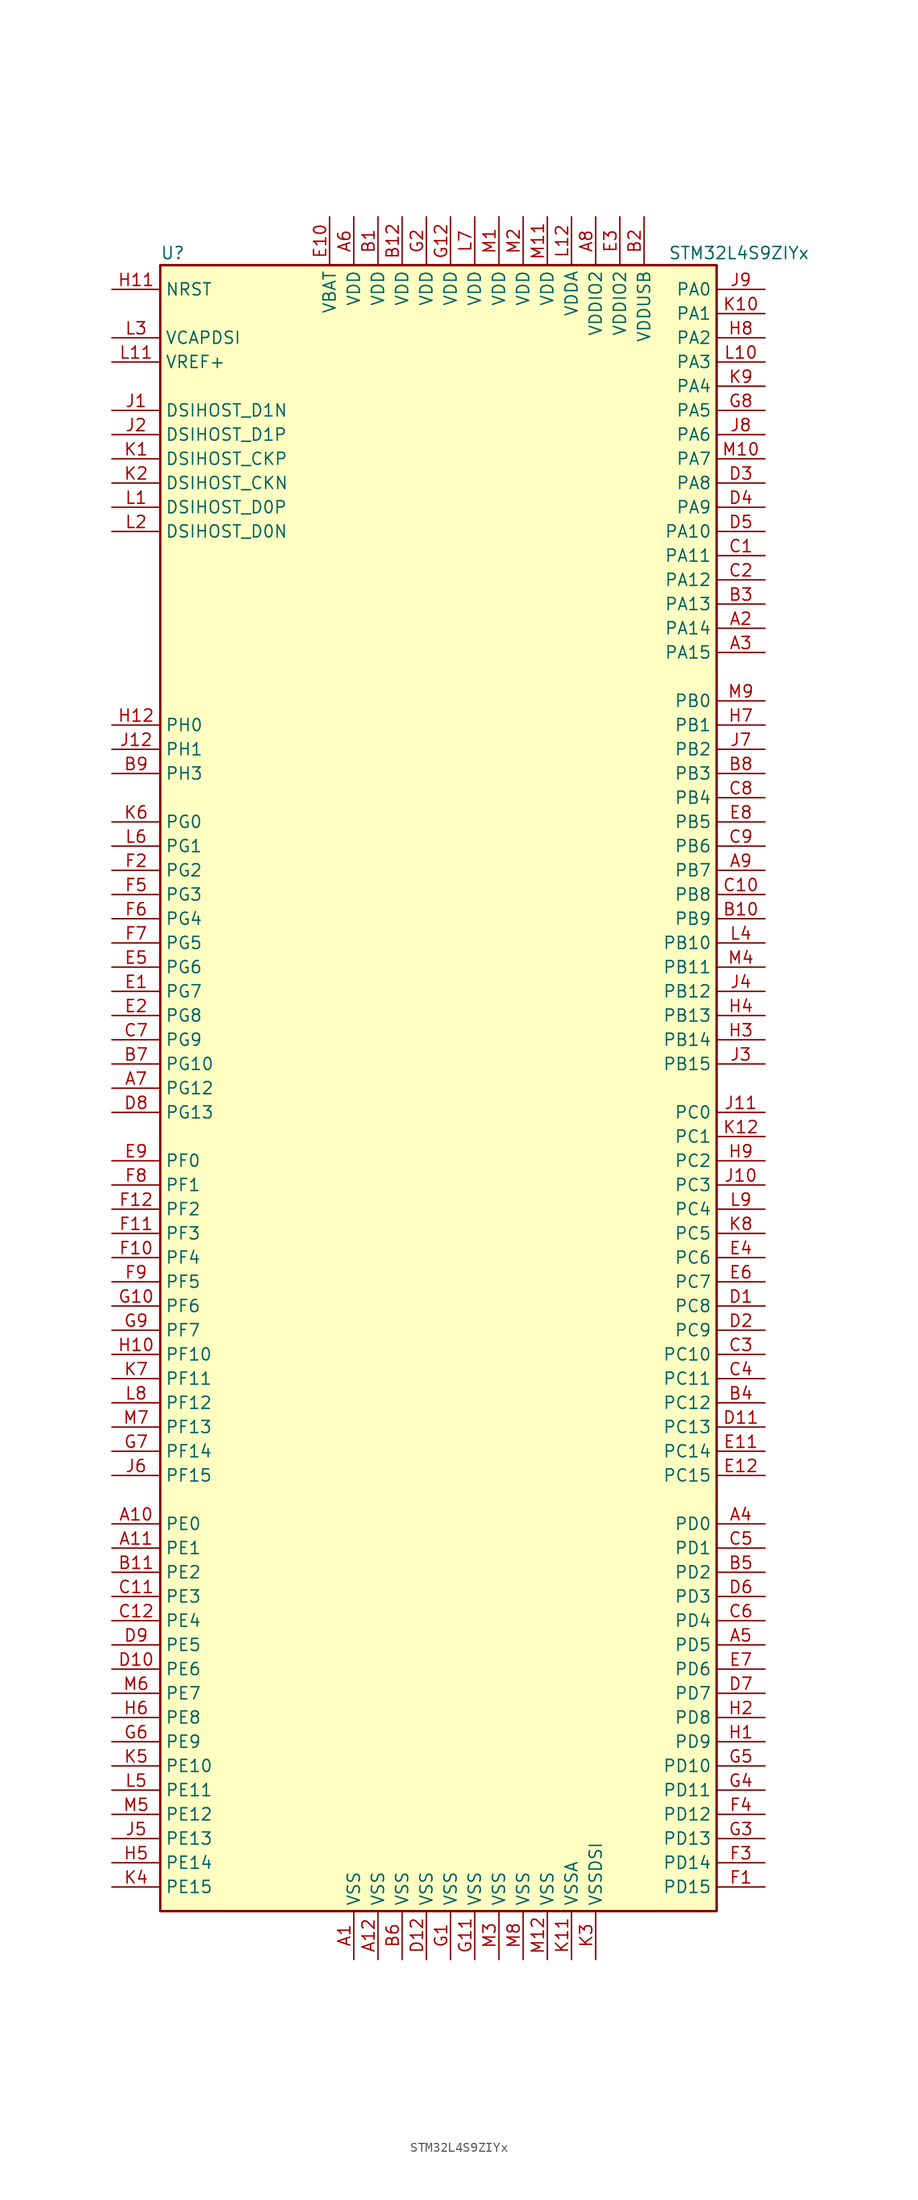
<source format=kicad_sym>
(kicad_symbol_lib
  (version 20201005)
  (generator kicad_symbol_editor)
  (symbol "MCU_ST_STM32L4+:STM32L4S9ZIYx"
    (property "Reference" "U"
      (at -30.48 87.63 0)
      (effects (font (size 1.27 1.27)) (justify left)))
    (property "Value" "STM32L4S9ZIYx"
      (at 22.86 87.63 0)
      (effects (font (size 1.27 1.27)) (justify left)))
    (symbol "STM32L4S9ZIYx_0_1"
      (rectangle (start -30.48 -86.36) (end 27.94 86.36) (stroke (width 0.254)) (fill (type background))))
    (symbol "STM32L4S9ZIYx_1_1"
      (pin bidirectional line (at -35.56 63.5 0) (length 5.08) (name "DSIHOST_CKN" (effects (font (size 1.27 1.27)))) (number "K2" (effects (font (size 1.27 1.27)))))
      (pin bidirectional line (at -35.56 66.04 0) (length 5.08) (name "DSIHOST_CKP" (effects (font (size 1.27 1.27)))) (number "K1" (effects (font (size 1.27 1.27)))))
      (pin bidirectional line (at -35.56 58.42 0) (length 5.08) (name "DSIHOST_D0N" (effects (font (size 1.27 1.27)))) (number "L2" (effects (font (size 1.27 1.27)))))
      (pin bidirectional line (at -35.56 60.96 0) (length 5.08) (name "DSIHOST_D0P" (effects (font (size 1.27 1.27)))) (number "L1" (effects (font (size 1.27 1.27)))))
      (pin bidirectional line (at -35.56 71.12 0) (length 5.08) (name "DSIHOST_D1N" (effects (font (size 1.27 1.27)))) (number "J1" (effects (font (size 1.27 1.27)))))
      (pin bidirectional line (at -35.56 68.58 0) (length 5.08) (name "DSIHOST_D1P" (effects (font (size 1.27 1.27)))) (number "J2" (effects (font (size 1.27 1.27)))))
      (pin input line (at -35.56 83.82 0) (length 5.08) (name "NRST" (effects (font (size 1.27 1.27)))) (number "H11" (effects (font (size 1.27 1.27)))))
      (pin bidirectional line (at 33.02 83.82 180) (length 5.08) (name "PA0" (effects (font (size 1.27 1.27)))) (number "J9" (effects (font (size 1.27 1.27)))))
      (pin bidirectional line (at 33.02 81.28 180) (length 5.08) (name "PA1" (effects (font (size 1.27 1.27)))) (number "K10" (effects (font (size 1.27 1.27)))))
      (pin bidirectional line (at 33.02 58.42 180) (length 5.08) (name "PA10" (effects (font (size 1.27 1.27)))) (number "D5" (effects (font (size 1.27 1.27)))))
      (pin bidirectional line (at 33.02 55.88 180) (length 5.08) (name "PA11" (effects (font (size 1.27 1.27)))) (number "C1" (effects (font (size 1.27 1.27)))))
      (pin bidirectional line (at 33.02 53.34 180) (length 5.08) (name "PA12" (effects (font (size 1.27 1.27)))) (number "C2" (effects (font (size 1.27 1.27)))))
      (pin bidirectional line (at 33.02 50.8 180) (length 5.08) (name "PA13" (effects (font (size 1.27 1.27)))) (number "B3" (effects (font (size 1.27 1.27)))))
      (pin bidirectional line (at 33.02 48.26 180) (length 5.08) (name "PA14" (effects (font (size 1.27 1.27)))) (number "A2" (effects (font (size 1.27 1.27)))))
      (pin bidirectional line (at 33.02 45.72 180) (length 5.08) (name "PA15" (effects (font (size 1.27 1.27)))) (number "A3" (effects (font (size 1.27 1.27)))))
      (pin bidirectional line (at 33.02 78.74 180) (length 5.08) (name "PA2" (effects (font (size 1.27 1.27)))) (number "H8" (effects (font (size 1.27 1.27)))))
      (pin bidirectional line (at 33.02 76.2 180) (length 5.08) (name "PA3" (effects (font (size 1.27 1.27)))) (number "L10" (effects (font (size 1.27 1.27)))))
      (pin bidirectional line (at 33.02 73.66 180) (length 5.08) (name "PA4" (effects (font (size 1.27 1.27)))) (number "K9" (effects (font (size 1.27 1.27)))))
      (pin bidirectional line (at 33.02 71.12 180) (length 5.08) (name "PA5" (effects (font (size 1.27 1.27)))) (number "G8" (effects (font (size 1.27 1.27)))))
      (pin bidirectional line (at 33.02 68.58 180) (length 5.08) (name "PA6" (effects (font (size 1.27 1.27)))) (number "J8" (effects (font (size 1.27 1.27)))))
      (pin bidirectional line (at 33.02 66.04 180) (length 5.08) (name "PA7" (effects (font (size 1.27 1.27)))) (number "M10" (effects (font (size 1.27 1.27)))))
      (pin bidirectional line (at 33.02 63.5 180) (length 5.08) (name "PA8" (effects (font (size 1.27 1.27)))) (number "D3" (effects (font (size 1.27 1.27)))))
      (pin bidirectional line (at 33.02 60.96 180) (length 5.08) (name "PA9" (effects (font (size 1.27 1.27)))) (number "D4" (effects (font (size 1.27 1.27)))))
      (pin bidirectional line (at 33.02 40.64 180) (length 5.08) (name "PB0" (effects (font (size 1.27 1.27)))) (number "M9" (effects (font (size 1.27 1.27)))))
      (pin bidirectional line (at 33.02 38.1 180) (length 5.08) (name "PB1" (effects (font (size 1.27 1.27)))) (number "H7" (effects (font (size 1.27 1.27)))))
      (pin bidirectional line (at 33.02 15.24 180) (length 5.08) (name "PB10" (effects (font (size 1.27 1.27)))) (number "L4" (effects (font (size 1.27 1.27)))))
      (pin bidirectional line (at 33.02 12.7 180) (length 5.08) (name "PB11" (effects (font (size 1.27 1.27)))) (number "M4" (effects (font (size 1.27 1.27)))))
      (pin bidirectional line (at 33.02 10.16 180) (length 5.08) (name "PB12" (effects (font (size 1.27 1.27)))) (number "J4" (effects (font (size 1.27 1.27)))))
      (pin bidirectional line (at 33.02 7.62 180) (length 5.08) (name "PB13" (effects (font (size 1.27 1.27)))) (number "H4" (effects (font (size 1.27 1.27)))))
      (pin bidirectional line (at 33.02 5.08 180) (length 5.08) (name "PB14" (effects (font (size 1.27 1.27)))) (number "H3" (effects (font (size 1.27 1.27)))))
      (pin bidirectional line (at 33.02 2.54 180) (length 5.08) (name "PB15" (effects (font (size 1.27 1.27)))) (number "J3" (effects (font (size 1.27 1.27)))))
      (pin bidirectional line (at 33.02 35.56 180) (length 5.08) (name "PB2" (effects (font (size 1.27 1.27)))) (number "J7" (effects (font (size 1.27 1.27)))))
      (pin bidirectional line (at 33.02 33.02 180) (length 5.08) (name "PB3" (effects (font (size 1.27 1.27)))) (number "B8" (effects (font (size 1.27 1.27)))))
      (pin bidirectional line (at 33.02 30.48 180) (length 5.08) (name "PB4" (effects (font (size 1.27 1.27)))) (number "C8" (effects (font (size 1.27 1.27)))))
      (pin bidirectional line (at 33.02 27.94 180) (length 5.08) (name "PB5" (effects (font (size 1.27 1.27)))) (number "E8" (effects (font (size 1.27 1.27)))))
      (pin bidirectional line (at 33.02 25.4 180) (length 5.08) (name "PB6" (effects (font (size 1.27 1.27)))) (number "C9" (effects (font (size 1.27 1.27)))))
      (pin bidirectional line (at 33.02 22.86 180) (length 5.08) (name "PB7" (effects (font (size 1.27 1.27)))) (number "A9" (effects (font (size 1.27 1.27)))))
      (pin bidirectional line (at 33.02 20.32 180) (length 5.08) (name "PB8" (effects (font (size 1.27 1.27)))) (number "C10" (effects (font (size 1.27 1.27)))))
      (pin bidirectional line (at 33.02 17.78 180) (length 5.08) (name "PB9" (effects (font (size 1.27 1.27)))) (number "B10" (effects (font (size 1.27 1.27)))))
      (pin bidirectional line (at 33.02 -2.54 180) (length 5.08) (name "PC0" (effects (font (size 1.27 1.27)))) (number "J11" (effects (font (size 1.27 1.27)))))
      (pin bidirectional line (at 33.02 -5.08 180) (length 5.08) (name "PC1" (effects (font (size 1.27 1.27)))) (number "K12" (effects (font (size 1.27 1.27)))))
      (pin bidirectional line (at 33.02 -27.94 180) (length 5.08) (name "PC10" (effects (font (size 1.27 1.27)))) (number "C3" (effects (font (size 1.27 1.27)))))
      (pin bidirectional line (at 33.02 -30.48 180) (length 5.08) (name "PC11" (effects (font (size 1.27 1.27)))) (number "C4" (effects (font (size 1.27 1.27)))))
      (pin bidirectional line (at 33.02 -33.02 180) (length 5.08) (name "PC12" (effects (font (size 1.27 1.27)))) (number "B4" (effects (font (size 1.27 1.27)))))
      (pin bidirectional line (at 33.02 -35.56 180) (length 5.08) (name "PC13" (effects (font (size 1.27 1.27)))) (number "D11" (effects (font (size 1.27 1.27)))))
      (pin bidirectional line (at 33.02 -38.1 180) (length 5.08) (name "PC14" (effects (font (size 1.27 1.27)))) (number "E11" (effects (font (size 1.27 1.27)))))
      (pin bidirectional line (at 33.02 -40.64 180) (length 5.08) (name "PC15" (effects (font (size 1.27 1.27)))) (number "E12" (effects (font (size 1.27 1.27)))))
      (pin bidirectional line (at 33.02 -7.62 180) (length 5.08) (name "PC2" (effects (font (size 1.27 1.27)))) (number "H9" (effects (font (size 1.27 1.27)))))
      (pin bidirectional line (at 33.02 -10.16 180) (length 5.08) (name "PC3" (effects (font (size 1.27 1.27)))) (number "J10" (effects (font (size 1.27 1.27)))))
      (pin bidirectional line (at 33.02 -12.7 180) (length 5.08) (name "PC4" (effects (font (size 1.27 1.27)))) (number "L9" (effects (font (size 1.27 1.27)))))
      (pin bidirectional line (at 33.02 -15.24 180) (length 5.08) (name "PC5" (effects (font (size 1.27 1.27)))) (number "K8" (effects (font (size 1.27 1.27)))))
      (pin bidirectional line (at 33.02 -17.78 180) (length 5.08) (name "PC6" (effects (font (size 1.27 1.27)))) (number "E4" (effects (font (size 1.27 1.27)))))
      (pin bidirectional line (at 33.02 -20.32 180) (length 5.08) (name "PC7" (effects (font (size 1.27 1.27)))) (number "E6" (effects (font (size 1.27 1.27)))))
      (pin bidirectional line (at 33.02 -22.86 180) (length 5.08) (name "PC8" (effects (font (size 1.27 1.27)))) (number "D1" (effects (font (size 1.27 1.27)))))
      (pin bidirectional line (at 33.02 -25.4 180) (length 5.08) (name "PC9" (effects (font (size 1.27 1.27)))) (number "D2" (effects (font (size 1.27 1.27)))))
      (pin bidirectional line (at 33.02 -45.72 180) (length 5.08) (name "PD0" (effects (font (size 1.27 1.27)))) (number "A4" (effects (font (size 1.27 1.27)))))
      (pin bidirectional line (at 33.02 -48.26 180) (length 5.08) (name "PD1" (effects (font (size 1.27 1.27)))) (number "C5" (effects (font (size 1.27 1.27)))))
      (pin bidirectional line (at 33.02 -71.12 180) (length 5.08) (name "PD10" (effects (font (size 1.27 1.27)))) (number "G5" (effects (font (size 1.27 1.27)))))
      (pin bidirectional line (at 33.02 -73.66 180) (length 5.08) (name "PD11" (effects (font (size 1.27 1.27)))) (number "G4" (effects (font (size 1.27 1.27)))))
      (pin bidirectional line (at 33.02 -76.2 180) (length 5.08) (name "PD12" (effects (font (size 1.27 1.27)))) (number "F4" (effects (font (size 1.27 1.27)))))
      (pin bidirectional line (at 33.02 -78.74 180) (length 5.08) (name "PD13" (effects (font (size 1.27 1.27)))) (number "G3" (effects (font (size 1.27 1.27)))))
      (pin bidirectional line (at 33.02 -81.28 180) (length 5.08) (name "PD14" (effects (font (size 1.27 1.27)))) (number "F3" (effects (font (size 1.27 1.27)))))
      (pin bidirectional line (at 33.02 -83.82 180) (length 5.08) (name "PD15" (effects (font (size 1.27 1.27)))) (number "F1" (effects (font (size 1.27 1.27)))))
      (pin bidirectional line (at 33.02 -50.8 180) (length 5.08) (name "PD2" (effects (font (size 1.27 1.27)))) (number "B5" (effects (font (size 1.27 1.27)))))
      (pin bidirectional line (at 33.02 -53.34 180) (length 5.08) (name "PD3" (effects (font (size 1.27 1.27)))) (number "D6" (effects (font (size 1.27 1.27)))))
      (pin bidirectional line (at 33.02 -55.88 180) (length 5.08) (name "PD4" (effects (font (size 1.27 1.27)))) (number "C6" (effects (font (size 1.27 1.27)))))
      (pin bidirectional line (at 33.02 -58.42 180) (length 5.08) (name "PD5" (effects (font (size 1.27 1.27)))) (number "A5" (effects (font (size 1.27 1.27)))))
      (pin bidirectional line (at 33.02 -60.96 180) (length 5.08) (name "PD6" (effects (font (size 1.27 1.27)))) (number "E7" (effects (font (size 1.27 1.27)))))
      (pin bidirectional line (at 33.02 -63.5 180) (length 5.08) (name "PD7" (effects (font (size 1.27 1.27)))) (number "D7" (effects (font (size 1.27 1.27)))))
      (pin bidirectional line (at 33.02 -66.04 180) (length 5.08) (name "PD8" (effects (font (size 1.27 1.27)))) (number "H2" (effects (font (size 1.27 1.27)))))
      (pin bidirectional line (at 33.02 -68.58 180) (length 5.08) (name "PD9" (effects (font (size 1.27 1.27)))) (number "H1" (effects (font (size 1.27 1.27)))))
      (pin bidirectional line (at -35.56 -45.72 0) (length 5.08) (name "PE0" (effects (font (size 1.27 1.27)))) (number "A10" (effects (font (size 1.27 1.27)))))
      (pin bidirectional line (at -35.56 -48.26 0) (length 5.08) (name "PE1" (effects (font (size 1.27 1.27)))) (number "A11" (effects (font (size 1.27 1.27)))))
      (pin bidirectional line (at -35.56 -71.12 0) (length 5.08) (name "PE10" (effects (font (size 1.27 1.27)))) (number "K5" (effects (font (size 1.27 1.27)))))
      (pin bidirectional line (at -35.56 -73.66 0) (length 5.08) (name "PE11" (effects (font (size 1.27 1.27)))) (number "L5" (effects (font (size 1.27 1.27)))))
      (pin bidirectional line (at -35.56 -76.2 0) (length 5.08) (name "PE12" (effects (font (size 1.27 1.27)))) (number "M5" (effects (font (size 1.27 1.27)))))
      (pin bidirectional line (at -35.56 -78.74 0) (length 5.08) (name "PE13" (effects (font (size 1.27 1.27)))) (number "J5" (effects (font (size 1.27 1.27)))))
      (pin bidirectional line (at -35.56 -81.28 0) (length 5.08) (name "PE14" (effects (font (size 1.27 1.27)))) (number "H5" (effects (font (size 1.27 1.27)))))
      (pin bidirectional line (at -35.56 -83.82 0) (length 5.08) (name "PE15" (effects (font (size 1.27 1.27)))) (number "K4" (effects (font (size 1.27 1.27)))))
      (pin bidirectional line (at -35.56 -50.8 0) (length 5.08) (name "PE2" (effects (font (size 1.27 1.27)))) (number "B11" (effects (font (size 1.27 1.27)))))
      (pin bidirectional line (at -35.56 -53.34 0) (length 5.08) (name "PE3" (effects (font (size 1.27 1.27)))) (number "C11" (effects (font (size 1.27 1.27)))))
      (pin bidirectional line (at -35.56 -55.88 0) (length 5.08) (name "PE4" (effects (font (size 1.27 1.27)))) (number "C12" (effects (font (size 1.27 1.27)))))
      (pin bidirectional line (at -35.56 -58.42 0) (length 5.08) (name "PE5" (effects (font (size 1.27 1.27)))) (number "D9" (effects (font (size 1.27 1.27)))))
      (pin bidirectional line (at -35.56 -60.96 0) (length 5.08) (name "PE6" (effects (font (size 1.27 1.27)))) (number "D10" (effects (font (size 1.27 1.27)))))
      (pin bidirectional line (at -35.56 -63.5 0) (length 5.08) (name "PE7" (effects (font (size 1.27 1.27)))) (number "M6" (effects (font (size 1.27 1.27)))))
      (pin bidirectional line (at -35.56 -66.04 0) (length 5.08) (name "PE8" (effects (font (size 1.27 1.27)))) (number "H6" (effects (font (size 1.27 1.27)))))
      (pin bidirectional line (at -35.56 -68.58 0) (length 5.08) (name "PE9" (effects (font (size 1.27 1.27)))) (number "G6" (effects (font (size 1.27 1.27)))))
      (pin bidirectional line (at -35.56 -7.62 0) (length 5.08) (name "PF0" (effects (font (size 1.27 1.27)))) (number "E9" (effects (font (size 1.27 1.27)))))
      (pin bidirectional line (at -35.56 -10.16 0) (length 5.08) (name "PF1" (effects (font (size 1.27 1.27)))) (number "F8" (effects (font (size 1.27 1.27)))))
      (pin bidirectional line (at -35.56 -27.94 0) (length 5.08) (name "PF10" (effects (font (size 1.27 1.27)))) (number "H10" (effects (font (size 1.27 1.27)))))
      (pin bidirectional line (at -35.56 -30.48 0) (length 5.08) (name "PF11" (effects (font (size 1.27 1.27)))) (number "K7" (effects (font (size 1.27 1.27)))))
      (pin bidirectional line (at -35.56 -33.02 0) (length 5.08) (name "PF12" (effects (font (size 1.27 1.27)))) (number "L8" (effects (font (size 1.27 1.27)))))
      (pin bidirectional line (at -35.56 -35.56 0) (length 5.08) (name "PF13" (effects (font (size 1.27 1.27)))) (number "M7" (effects (font (size 1.27 1.27)))))
      (pin bidirectional line (at -35.56 -38.1 0) (length 5.08) (name "PF14" (effects (font (size 1.27 1.27)))) (number "G7" (effects (font (size 1.27 1.27)))))
      (pin bidirectional line (at -35.56 -40.64 0) (length 5.08) (name "PF15" (effects (font (size 1.27 1.27)))) (number "J6" (effects (font (size 1.27 1.27)))))
      (pin bidirectional line (at -35.56 -12.7 0) (length 5.08) (name "PF2" (effects (font (size 1.27 1.27)))) (number "F12" (effects (font (size 1.27 1.27)))))
      (pin bidirectional line (at -35.56 -15.24 0) (length 5.08) (name "PF3" (effects (font (size 1.27 1.27)))) (number "F11" (effects (font (size 1.27 1.27)))))
      (pin bidirectional line (at -35.56 -17.78 0) (length 5.08) (name "PF4" (effects (font (size 1.27 1.27)))) (number "F10" (effects (font (size 1.27 1.27)))))
      (pin bidirectional line (at -35.56 -20.32 0) (length 5.08) (name "PF5" (effects (font (size 1.27 1.27)))) (number "F9" (effects (font (size 1.27 1.27)))))
      (pin bidirectional line (at -35.56 -22.86 0) (length 5.08) (name "PF6" (effects (font (size 1.27 1.27)))) (number "G10" (effects (font (size 1.27 1.27)))))
      (pin bidirectional line (at -35.56 -25.4 0) (length 5.08) (name "PF7" (effects (font (size 1.27 1.27)))) (number "G9" (effects (font (size 1.27 1.27)))))
      (pin bidirectional line (at -35.56 27.94 0) (length 5.08) (name "PG0" (effects (font (size 1.27 1.27)))) (number "K6" (effects (font (size 1.27 1.27)))))
      (pin bidirectional line (at -35.56 25.4 0) (length 5.08) (name "PG1" (effects (font (size 1.27 1.27)))) (number "L6" (effects (font (size 1.27 1.27)))))
      (pin bidirectional line (at -35.56 2.54 0) (length 5.08) (name "PG10" (effects (font (size 1.27 1.27)))) (number "B7" (effects (font (size 1.27 1.27)))))
      (pin bidirectional line (at -35.56 0 0) (length 5.08) (name "PG12" (effects (font (size 1.27 1.27)))) (number "A7" (effects (font (size 1.27 1.27)))))
      (pin bidirectional line (at -35.56 -2.54 0) (length 5.08) (name "PG13" (effects (font (size 1.27 1.27)))) (number "D8" (effects (font (size 1.27 1.27)))))
      (pin bidirectional line (at -35.56 22.86 0) (length 5.08) (name "PG2" (effects (font (size 1.27 1.27)))) (number "F2" (effects (font (size 1.27 1.27)))))
      (pin bidirectional line (at -35.56 20.32 0) (length 5.08) (name "PG3" (effects (font (size 1.27 1.27)))) (number "F5" (effects (font (size 1.27 1.27)))))
      (pin bidirectional line (at -35.56 17.78 0) (length 5.08) (name "PG4" (effects (font (size 1.27 1.27)))) (number "F6" (effects (font (size 1.27 1.27)))))
      (pin bidirectional line (at -35.56 15.24 0) (length 5.08) (name "PG5" (effects (font (size 1.27 1.27)))) (number "F7" (effects (font (size 1.27 1.27)))))
      (pin bidirectional line (at -35.56 12.7 0) (length 5.08) (name "PG6" (effects (font (size 1.27 1.27)))) (number "E5" (effects (font (size 1.27 1.27)))))
      (pin bidirectional line (at -35.56 10.16 0) (length 5.08) (name "PG7" (effects (font (size 1.27 1.27)))) (number "E1" (effects (font (size 1.27 1.27)))))
      (pin bidirectional line (at -35.56 7.62 0) (length 5.08) (name "PG8" (effects (font (size 1.27 1.27)))) (number "E2" (effects (font (size 1.27 1.27)))))
      (pin bidirectional line (at -35.56 5.08 0) (length 5.08) (name "PG9" (effects (font (size 1.27 1.27)))) (number "C7" (effects (font (size 1.27 1.27)))))
      (pin input line (at -35.56 38.1 0) (length 5.08) (name "PH0" (effects (font (size 1.27 1.27)))) (number "H12" (effects (font (size 1.27 1.27)))))
      (pin input line (at -35.56 35.56 0) (length 5.08) (name "PH1" (effects (font (size 1.27 1.27)))) (number "J12" (effects (font (size 1.27 1.27)))))
      (pin bidirectional line (at -35.56 33.02 0) (length 5.08) (name "PH3" (effects (font (size 1.27 1.27)))) (number "B9" (effects (font (size 1.27 1.27)))))
      (pin power_in line (at -12.7 91.44 270) (length 5.08) (name "VBAT" (effects (font (size 1.27 1.27)))) (number "E10" (effects (font (size 1.27 1.27)))))
      (pin power_in line (at -35.56 78.74 0) (length 5.08) (name "VCAPDSI" (effects (font (size 1.27 1.27)))) (number "L3" (effects (font (size 1.27 1.27)))))
      (pin power_in line (at -10.16 91.44 270) (length 5.08) (name "VDD" (effects (font (size 1.27 1.27)))) (number "A6" (effects (font (size 1.27 1.27)))))
      (pin power_in line (at -7.62 91.44 270) (length 5.08) (name "VDD" (effects (font (size 1.27 1.27)))) (number "B1" (effects (font (size 1.27 1.27)))))
      (pin power_in line (at -5.08 91.44 270) (length 5.08) (name "VDD" (effects (font (size 1.27 1.27)))) (number "B12" (effects (font (size 1.27 1.27)))))
      (pin power_in line (at 0 91.44 270) (length 5.08) (name "VDD" (effects (font (size 1.27 1.27)))) (number "G12" (effects (font (size 1.27 1.27)))))
      (pin power_in line (at -2.54 91.44 270) (length 5.08) (name "VDD" (effects (font (size 1.27 1.27)))) (number "G2" (effects (font (size 1.27 1.27)))))
      (pin power_in line (at 2.54 91.44 270) (length 5.08) (name "VDD" (effects (font (size 1.27 1.27)))) (number "L7" (effects (font (size 1.27 1.27)))))
      (pin power_in line (at 5.08 91.44 270) (length 5.08) (name "VDD" (effects (font (size 1.27 1.27)))) (number "M1" (effects (font (size 1.27 1.27)))))
      (pin power_in line (at 10.16 91.44 270) (length 5.08) (name "VDD" (effects (font (size 1.27 1.27)))) (number "M11" (effects (font (size 1.27 1.27)))))
      (pin power_in line (at 7.62 91.44 270) (length 5.08) (name "VDD" (effects (font (size 1.27 1.27)))) (number "M2" (effects (font (size 1.27 1.27)))))
      (pin power_in line (at 12.7 91.44 270) (length 5.08) (name "VDDA" (effects (font (size 1.27 1.27)))) (number "L12" (effects (font (size 1.27 1.27)))))
      (pin power_in line (at 15.24 91.44 270) (length 5.08) (name "VDDIO2" (effects (font (size 1.27 1.27)))) (number "A8" (effects (font (size 1.27 1.27)))))
      (pin power_in line (at 17.78 91.44 270) (length 5.08) (name "VDDIO2" (effects (font (size 1.27 1.27)))) (number "E3" (effects (font (size 1.27 1.27)))))
      (pin power_in line (at 20.32 91.44 270) (length 5.08) (name "VDDUSB" (effects (font (size 1.27 1.27)))) (number "B2" (effects (font (size 1.27 1.27)))))
      (pin bidirectional line (at -35.56 76.2 0) (length 5.08) (name "VREF+" (effects (font (size 1.27 1.27)))) (number "L11" (effects (font (size 1.27 1.27)))))
      (pin power_in line (at -10.16 -91.44 90) (length 5.08) (name "VSS" (effects (font (size 1.27 1.27)))) (number "A1" (effects (font (size 1.27 1.27)))))
      (pin power_in line (at -7.62 -91.44 90) (length 5.08) (name "VSS" (effects (font (size 1.27 1.27)))) (number "A12" (effects (font (size 1.27 1.27)))))
      (pin power_in line (at -5.08 -91.44 90) (length 5.08) (name "VSS" (effects (font (size 1.27 1.27)))) (number "B6" (effects (font (size 1.27 1.27)))))
      (pin power_in line (at -2.54 -91.44 90) (length 5.08) (name "VSS" (effects (font (size 1.27 1.27)))) (number "D12" (effects (font (size 1.27 1.27)))))
      (pin power_in line (at 0 -91.44 90) (length 5.08) (name "VSS" (effects (font (size 1.27 1.27)))) (number "G1" (effects (font (size 1.27 1.27)))))
      (pin power_in line (at 2.54 -91.44 90) (length 5.08) (name "VSS" (effects (font (size 1.27 1.27)))) (number "G11" (effects (font (size 1.27 1.27)))))
      (pin power_in line (at 10.16 -91.44 90) (length 5.08) (name "VSS" (effects (font (size 1.27 1.27)))) (number "M12" (effects (font (size 1.27 1.27)))))
      (pin power_in line (at 5.08 -91.44 90) (length 5.08) (name "VSS" (effects (font (size 1.27 1.27)))) (number "M3" (effects (font (size 1.27 1.27)))))
      (pin power_in line (at 7.62 -91.44 90) (length 5.08) (name "VSS" (effects (font (size 1.27 1.27)))) (number "M8" (effects (font (size 1.27 1.27)))))
      (pin power_in line (at 12.7 -91.44 90) (length 5.08) (name "VSSA" (effects (font (size 1.27 1.27)))) (number "K11" (effects (font (size 1.27 1.27)))))
      (pin power_in line (at 15.24 -91.44 90) (length 5.08) (name "VSSDSI" (effects (font (size 1.27 1.27)))) (number "K3" (effects (font (size 1.27 1.27))))))))
</source>
